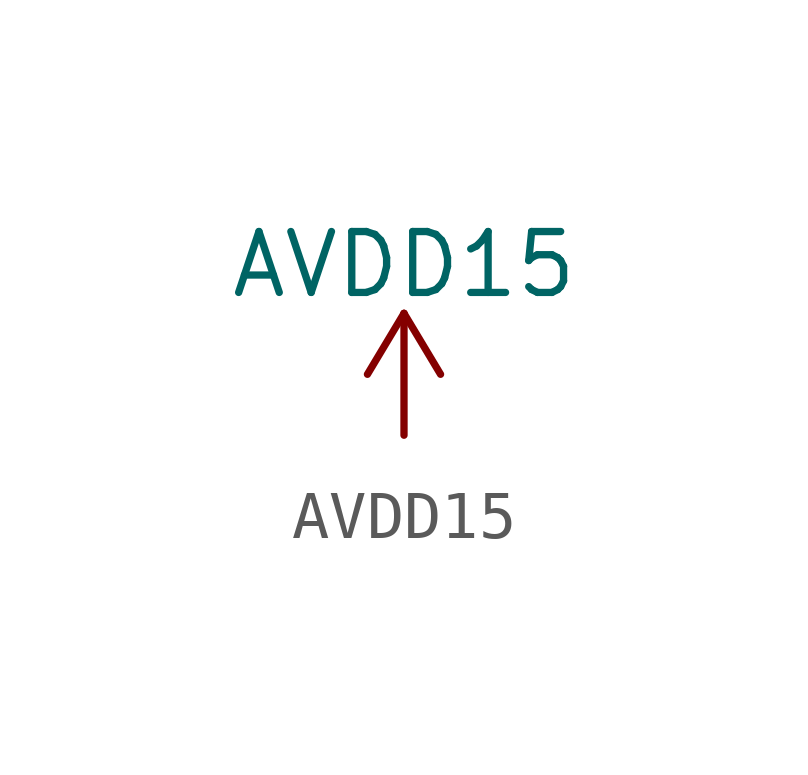
<source format=kicad_sym>
(kicad_symbol_lib
  (version 20211014)
  (generator kicad_symbol_editor)
  (symbol "AVDD15"
    (power)
    (pin_names
      (offset 0))
    (property "Reference" "#PWR"
      (at 0 -3.81 0)
      (effects (font (size 1.27 1.27)) hide))
    (property "Value" "AVDD15"
      (at 0 3.556 0)
      (effects (font (size 1.27 1.27))))
    (symbol "AVDD15_0_1"
      (polyline (pts (xy -0.762 1.27) (xy 0 2.54)) (stroke (width 0) (type default) (color 0 0 0 0)) (fill (type none)))
      (polyline (pts (xy 0 0) (xy 0 2.54)) (stroke (width 0) (type default) (color 0 0 0 0)) (fill (type none)))
      (polyline (pts (xy 0 2.54) (xy 0.762 1.27)) (stroke (width 0) (type default) (color 0 0 0 0)) (fill (type none))))
    (symbol "AVDD15_1_1"
      (pin power_in line (at 0 0 90) (length 0) hide (name "AVDD15" (effects (font (size 1.27 1.27)))) (number "1" (effects (font (size 1.27 1.27))))))))
</source>
